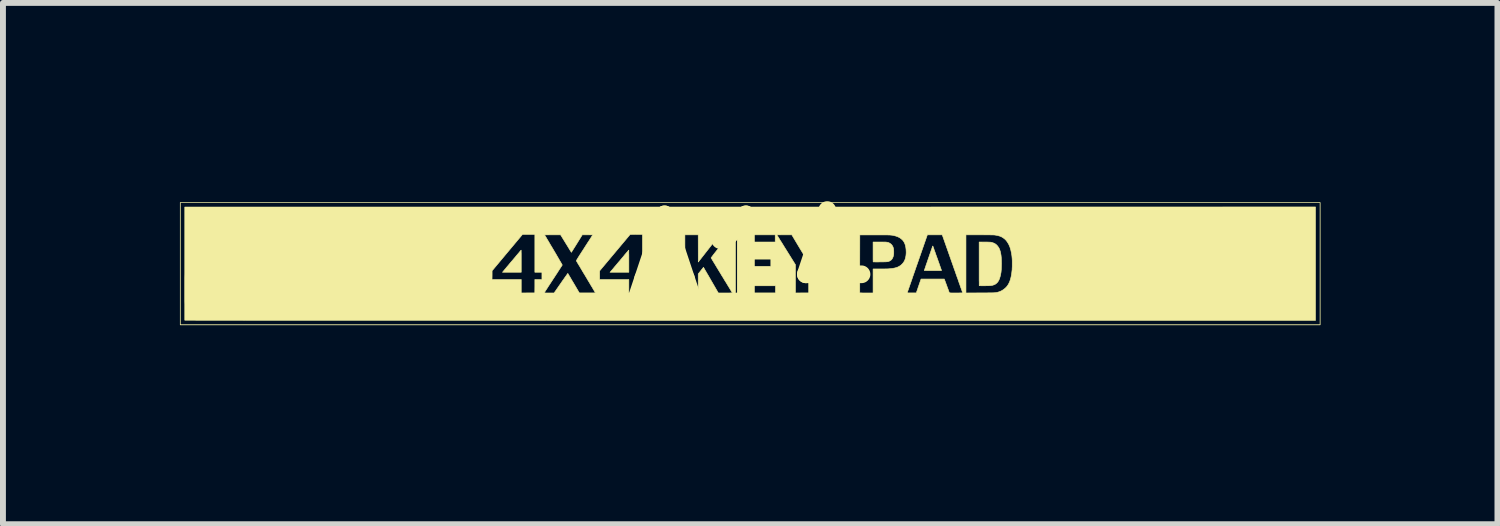
<source format=kicad_pcb>
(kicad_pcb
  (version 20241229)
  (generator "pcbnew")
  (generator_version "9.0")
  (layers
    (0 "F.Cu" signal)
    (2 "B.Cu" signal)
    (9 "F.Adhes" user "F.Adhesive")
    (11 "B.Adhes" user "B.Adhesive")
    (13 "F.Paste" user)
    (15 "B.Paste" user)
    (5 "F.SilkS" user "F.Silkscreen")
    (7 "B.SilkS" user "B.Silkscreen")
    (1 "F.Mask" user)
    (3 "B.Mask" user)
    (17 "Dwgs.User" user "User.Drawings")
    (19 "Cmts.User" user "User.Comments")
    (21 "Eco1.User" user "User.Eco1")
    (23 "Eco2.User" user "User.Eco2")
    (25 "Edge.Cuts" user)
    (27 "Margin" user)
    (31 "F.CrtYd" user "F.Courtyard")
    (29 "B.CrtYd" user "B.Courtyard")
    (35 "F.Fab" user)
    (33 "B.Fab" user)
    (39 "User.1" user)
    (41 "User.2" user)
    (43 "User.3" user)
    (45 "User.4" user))
  (footprint "A14"
    (layer "F.Cu")
    (at 9.666 1.418)
    (property "Reference" "A14" (at 0 0 0) (layer "F.SilkS") (effects (font (size 1.524 1.524) (thickness 0.3))))
    (attr through_hole)
    (fp_poly (pts (xy 9.661 1.039) (xy -9.661 1.039) (xy -9.661 -1.034) (xy -9.659 -1.034) (xy -9.659 1.036) (xy 9.659 1.036) (xy 9.659 -1.034) (xy -9.659 -1.034) (xy -9.661 -1.034) (xy -9.661 -1.036) (xy 9.661 -1.036) (xy 9.661 1.039)) (stroke (width 0.01) (type solid)) (fill yes) (layer "F.SilkS"))
    (fp_poly (pts (xy -3.882 -0.226) (xy -3.882 -0.219) (xy -3.882 -0.207) (xy -3.882 -0.192) (xy -3.881 -0.173) (xy -3.881 -0.151) (xy -3.881 -0.127) (xy -3.881 -0.1) (xy -3.881 -0.071) (xy -3.881 -0.041) (xy -3.881 0.147) (xy -4.199 0.147) (xy -4.193 0.14) (xy -4.188 0.134) (xy -4.181 0.126) (xy -4.172 0.114) (xy -4.16 0.1) (xy -4.146 0.084) (xy -4.131 0.065) (xy -4.114 0.045) (xy -4.096 0.024) (xy -4.078 0.002) (xy -4.059 -0.021) (xy -4.039 -0.044) (xy -4.019 -0.067) (xy -4 -0.09) (xy -3.981 -0.112) (xy -3.964 -0.134) (xy -3.947 -0.153) (xy -3.931 -0.172) (xy -3.917 -0.188) (xy -3.906 -0.202) (xy -3.896 -0.213) (xy -3.889 -0.222) (xy -3.884 -0.227) (xy -3.883 -0.228) (xy -3.882 -0.226)) (stroke (width 0.01) (type solid)) (fill yes) (layer "F.SilkS"))
    (fp_poly (pts (xy -2.058 -0.226) (xy -2.058 -0.219) (xy -2.058 -0.207) (xy -2.058 -0.192) (xy -2.058 -0.173) (xy -2.057 -0.151) (xy -2.057 -0.127) (xy -2.057 -0.1) (xy -2.057 -0.071) (xy -2.057 -0.041) (xy -2.057 0.147) (xy -2.376 0.147) (xy -2.37 0.142) (xy -2.368 0.139) (xy -2.363 0.132) (xy -2.355 0.123) (xy -2.344 0.11) (xy -2.331 0.095) (xy -2.316 0.077) (xy -2.299 0.056) (xy -2.28 0.034) (xy -2.26 0.01) (xy -2.239 -0.015) (xy -2.217 -0.041) (xy -2.212 -0.046) (xy -2.19 -0.073) (xy -2.169 -0.098) (xy -2.149 -0.121) (xy -2.131 -0.144) (xy -2.114 -0.164) (xy -2.099 -0.182) (xy -2.085 -0.197) (xy -2.075 -0.21) (xy -2.066 -0.219) (xy -2.061 -0.226) (xy -2.058 -0.228) (xy -2.058 -0.229) (xy -2.058 -0.226)) (stroke (width 0.01) (type solid)) (fill yes) (layer "F.SilkS"))
    (fp_poly (pts (xy 2.222 -0.366) (xy 2.246 -0.366) (xy 2.266 -0.365) (xy 2.282 -0.365) (xy 2.296 -0.365) (xy 2.306 -0.364) (xy 2.314 -0.363) (xy 2.321 -0.362) (xy 2.322 -0.362) (xy 2.348 -0.355) (xy 2.37 -0.343) (xy 2.39 -0.328) (xy 2.406 -0.309) (xy 2.419 -0.286) (xy 2.428 -0.26) (xy 2.429 -0.256) (xy 2.431 -0.244) (xy 2.432 -0.229) (xy 2.433 -0.212) (xy 2.433 -0.193) (xy 2.433 -0.175) (xy 2.432 -0.159) (xy 2.431 -0.151) (xy 2.425 -0.123) (xy 2.416 -0.099) (xy 2.405 -0.079) (xy 2.392 -0.063) (xy 2.375 -0.051) (xy 2.367 -0.046) (xy 2.359 -0.042) (xy 2.352 -0.039) (xy 2.346 -0.037) (xy 2.339 -0.035) (xy 2.331 -0.033) (xy 2.322 -0.032) (xy 2.311 -0.031) (xy 2.298 -0.03) (xy 2.281 -0.03) (xy 2.262 -0.029) (xy 2.238 -0.029) (xy 2.21 -0.029) (xy 2.203 -0.029) (xy 2.179 -0.028) (xy 2.157 -0.028) (xy 2.137 -0.028) (xy 2.119 -0.028) (xy 2.104 -0.029) (xy 2.093 -0.029) (xy 2.087 -0.029) (xy 2.084 -0.029) (xy 2.084 -0.032) (xy 2.084 -0.04) (xy 2.084 -0.051) (xy 2.083 -0.067) (xy 2.083 -0.086) (xy 2.083 -0.108) (xy 2.083 -0.132) (xy 2.083 -0.158) (xy 2.083 -0.186) (xy 2.083 -0.199) (xy 2.083 -0.366) (xy 2.193 -0.366) (xy 2.222 -0.366)) (stroke (width 0.01) (type solid)) (fill yes) (layer "F.SilkS"))
    (fp_poly (pts (xy 3.097 -0.295) (xy 3.098 -0.293) (xy 3.099 -0.29) (xy 3.102 -0.282) (xy 3.106 -0.27) (xy 3.112 -0.254) (xy 3.118 -0.235) (xy 3.126 -0.213) (xy 3.135 -0.189) (xy 3.144 -0.162) (xy 3.154 -0.134) (xy 3.165 -0.104) (xy 3.171 -0.088) (xy 3.182 -0.057) (xy 3.192 -0.028) (xy 3.202 -0.001) (xy 3.211 0.025) (xy 3.219 0.048) (xy 3.226 0.068) (xy 3.232 0.085) (xy 3.237 0.099) (xy 3.24 0.108) (xy 3.242 0.114) (xy 3.243 0.115) (xy 3.243 0.116) (xy 3.242 0.117) (xy 3.24 0.117) (xy 3.237 0.118) (xy 3.232 0.118) (xy 3.224 0.119) (xy 3.214 0.119) (xy 3.201 0.119) (xy 3.184 0.119) (xy 3.164 0.119) (xy 3.139 0.119) (xy 3.11 0.119) (xy 3.098 0.119) (xy 3.065 0.119) (xy 3.037 0.119) (xy 3.012 0.119) (xy 2.991 0.119) (xy 2.974 0.118) (xy 2.962 0.118) (xy 2.954 0.118) (xy 2.951 0.117) (xy 2.951 0.117) (xy 2.952 0.114) (xy 2.954 0.107) (xy 2.958 0.096) (xy 2.963 0.081) (xy 2.969 0.064) (xy 2.976 0.043) (xy 2.983 0.021) (xy 2.992 -0.004) (xy 3.001 -0.029) (xy 3.01 -0.056) (xy 3.019 -0.083) (xy 3.029 -0.111) (xy 3.038 -0.138) (xy 3.047 -0.164) (xy 3.056 -0.189) (xy 3.064 -0.213) (xy 3.071 -0.234) (xy 3.078 -0.253) (xy 3.083 -0.269) (xy 3.088 -0.282) (xy 3.091 -0.291) (xy 3.093 -0.296) (xy 3.093 -0.297) (xy 3.095 -0.298) (xy 3.097 -0.295)) (stroke (width 0.01) (type solid)) (fill yes) (layer "F.SilkS"))
    (fp_poly (pts (xy 3.978 -0.365) (xy 4.003 -0.365) (xy 4.023 -0.365) (xy 4.04 -0.364) (xy 4.053 -0.364) (xy 4.063 -0.363) (xy 4.072 -0.363) (xy 4.079 -0.362) (xy 4.085 -0.361) (xy 4.091 -0.36) (xy 4.097 -0.358) (xy 4.1 -0.357) (xy 4.128 -0.348) (xy 4.153 -0.335) (xy 4.175 -0.318) (xy 4.194 -0.297) (xy 4.212 -0.272) (xy 4.22 -0.257) (xy 4.23 -0.233) (xy 4.239 -0.206) (xy 4.246 -0.175) (xy 4.252 -0.14) (xy 4.256 -0.101) (xy 4.258 -0.057) (xy 4.259 -0.009) (xy 4.259 0.006) (xy 4.258 0.057) (xy 4.256 0.103) (xy 4.252 0.146) (xy 4.245 0.184) (xy 4.237 0.219) (xy 4.227 0.251) (xy 4.224 0.26) (xy 4.211 0.288) (xy 4.196 0.312) (xy 4.178 0.331) (xy 4.158 0.347) (xy 4.134 0.359) (xy 4.106 0.368) (xy 4.075 0.373) (xy 4.072 0.373) (xy 4.065 0.374) (xy 4.053 0.374) (xy 4.039 0.375) (xy 4.023 0.375) (xy 4.004 0.375) (xy 3.985 0.376) (xy 3.966 0.376) (xy 3.947 0.376) (xy 3.929 0.376) (xy 3.914 0.376) (xy 3.9 0.375) (xy 3.89 0.375) (xy 3.884 0.375) (xy 3.882 0.374) (xy 3.882 0.371) (xy 3.882 0.364) (xy 3.882 0.352) (xy 3.882 0.336) (xy 3.882 0.316) (xy 3.881 0.292) (xy 3.881 0.265) (xy 3.881 0.234) (xy 3.881 0.201) (xy 3.881 0.166) (xy 3.881 0.128) (xy 3.881 0.088) (xy 3.881 0.046) (xy 3.881 0.003) (xy 3.881 -0.366) (xy 3.978 -0.365)) (stroke (width 0.01) (type solid)) (fill yes) (layer "F.SilkS"))
    (fp_poly (pts (xy 9.582 0.963) (xy -0.000079 0.963) (xy -0.277 0.963) (xy -0.548 0.963) (xy -0.815 0.963) (xy -1.076 0.963) (xy -1.333 0.963) (xy -1.585 0.963) (xy -1.832 0.963) (xy -2.074 0.963) (xy -2.311 0.963) (xy -2.544 0.963) (xy -2.772 0.963) (xy -2.995 0.963) (xy -3.214 0.963) (xy -3.429 0.963) (xy -3.638 0.962) (xy -3.844 0.962) (xy -4.044 0.962) (xy -4.241 0.962) (xy -4.433 0.962) (xy -4.621 0.962) (xy -4.805 0.962) (xy -4.984 0.962) (xy -5.159 0.962) (xy -5.33 0.962) (xy -5.497 0.962) (xy -5.66 0.962) (xy -5.819 0.962) (xy -5.974 0.962) (xy -6.125 0.962) (xy -6.272 0.962) (xy -6.415 0.962) (xy -6.555 0.962) (xy -6.691 0.962) (xy -6.823 0.962) (xy -6.951 0.962) (xy -7.076 0.962) (xy -7.197 0.962) (xy -7.314 0.962) (xy -7.428 0.962) (xy -7.539 0.962) (xy -7.646 0.962) (xy -7.749 0.962) (xy -7.85 0.962) (xy -7.947 0.962) (xy -8.041 0.962) (xy -8.131 0.962) (xy -8.218 0.962) (xy -8.302 0.962) (xy -8.384 0.962) (xy -8.462 0.962) (xy -8.537 0.962) (xy -8.608 0.961) (xy -8.678 0.961) (xy -8.744 0.961) (xy -8.807 0.961) (xy -8.867 0.961) (xy -8.925 0.961) (xy -8.98 0.961) (xy -9.032 0.961) (xy -9.082 0.961) (xy -9.129 0.961) (xy -9.173 0.961) (xy -9.215 0.961) (xy -9.254 0.961) (xy -9.291 0.961) (xy -9.326 0.961) (xy -9.358 0.961) (xy -9.388 0.961) (xy -9.415 0.96) (xy -9.441 0.96) (xy -9.464 0.96) (xy -9.485 0.96) (xy -9.503 0.96) (xy -9.52 0.96) (xy -9.535 0.96) (xy -9.547 0.96) (xy -9.558 0.96) (xy -9.567 0.96) (xy -9.574 0.96) (xy -9.579 0.96) (xy -9.582 0.96) (xy -9.584 0.959) (xy -9.584 0.959) (xy -9.584 0.957) (xy -9.584 0.949) (xy -9.584 0.937) (xy -9.584 0.92) (xy -9.584 0.898) (xy -9.584 0.873) (xy -9.584 0.843) (xy -9.584 0.81) (xy -9.584 0.773) (xy -9.584 0.732) (xy -9.584 0.689) (xy -9.585 0.642) (xy -9.585 0.592) (xy -9.585 0.539) (xy -9.585 0.498) (xy 3.657 0.498) (xy 3.897 0.497) (xy 3.938 0.497) (xy 3.974 0.497) (xy 4.006 0.497) (xy 4.033 0.496) (xy 4.057 0.496) (xy 4.078 0.496) (xy 4.095 0.496) (xy 4.11 0.495) (xy 4.123 0.495) (xy 4.133 0.494) (xy 4.141 0.494) (xy 4.148 0.493) (xy 4.154 0.493) (xy 4.159 0.492) (xy 4.162 0.492) (xy 4.197 0.485) (xy 4.228 0.475) (xy 4.256 0.463) (xy 4.283 0.447) (xy 4.295 0.439) (xy 4.313 0.425) (xy 4.331 0.409) (xy 4.348 0.391) (xy 4.361 0.374) (xy 4.365 0.369) (xy 4.382 0.34) (xy 4.398 0.306) (xy 4.411 0.268) (xy 4.422 0.225) (xy 4.431 0.177) (xy 4.437 0.126) (xy 4.44 0.103) (xy 4.44 0.088) (xy 4.441 0.07) (xy 4.442 0.048) (xy 4.442 0.025) (xy 4.442 0.000048) (xy 4.442 -0.024) (xy 4.442 -0.048) (xy 4.441 -0.069) (xy 4.44 -0.086) (xy 4.439 -0.097) (xy 4.436 -0.13) (xy 4.431 -0.165) (xy 4.424 -0.199) (xy 4.417 -0.231) (xy 4.408 -0.261) (xy 4.4 -0.287) (xy 4.399 -0.288) (xy 4.382 -0.327) (xy 4.362 -0.36) (xy 4.341 -0.39) (xy 4.316 -0.415) (xy 4.289 -0.436) (xy 4.259 -0.454) (xy 4.226 -0.467) (xy 4.189 -0.477) (xy 4.148 -0.484) (xy 4.14 -0.485) (xy 4.133 -0.485) (xy 4.122 -0.486) (xy 4.107 -0.486) (xy 4.087 -0.486) (xy 4.064 -0.487) (xy 4.037 -0.487) (xy 4.008 -0.487) (xy 3.976 -0.487) (xy 3.942 -0.488) (xy 3.906 -0.488) (xy 3.886 -0.488) (xy 3.657 -0.488) (xy 3.657 0.498) (xy -9.585 0.498) (xy -9.585 0.483) (xy -9.585 0.426) (xy -9.585 0.365) (xy -9.585 0.303) (xy -9.585 0.269) (xy -4.376 0.269) (xy -3.881 0.269) (xy -3.881 0.498) (xy -3.766 0.497) (xy -3.651 0.497) (xy -3.651 0.496) (xy -3.492 0.496) (xy -3.49 0.497) (xy -3.483 0.497) (xy -3.472 0.497) (xy -3.458 0.498) (xy -3.441 0.498) (xy -3.422 0.498) (xy -3.408 0.498) (xy -3.325 0.498) (xy -3.315 0.484) (xy -3.312 0.48) (xy -3.306 0.472) (xy -3.298 0.461) (xy -3.288 0.446) (xy -3.276 0.429) (xy -3.262 0.409) (xy -3.247 0.387) (xy -3.231 0.364) (xy -3.214 0.34) (xy -3.199 0.318) (xy -3.182 0.293) (xy -3.165 0.27) (xy -3.15 0.248) (xy -3.136 0.228) (xy -3.123 0.21) (xy -3.112 0.195) (xy -3.104 0.183) (xy -3.097 0.174) (xy -3.093 0.168) (xy -3.091 0.166) (xy -3.09 0.169) (xy -3.086 0.175) (xy -3.08 0.185) (xy -3.072 0.199) (xy -3.062 0.215) (xy -3.051 0.234) (xy -3.038 0.256) (xy -3.025 0.279) (xy -3.01 0.304) (xy -2.994 0.33) (xy -2.993 0.332) (xy -2.896 0.497) (xy -2.76 0.497) (xy -2.73 0.497) (xy -2.704 0.497) (xy -2.683 0.497) (xy -2.666 0.497) (xy -2.652 0.497) (xy -2.642 0.497) (xy -2.634 0.497) (xy -2.629 0.496) (xy -2.626 0.496) (xy -2.625 0.495) (xy -2.624 0.494) (xy -2.626 0.492) (xy -2.63 0.485) (xy -2.636 0.474) (xy -2.644 0.46) (xy -2.655 0.443) (xy -2.667 0.422) (xy -2.68 0.399) (xy -2.696 0.374) (xy -2.712 0.346) (xy -2.73 0.316) (xy -2.749 0.285) (xy -2.758 0.269) (xy -2.552 0.269) (xy -2.057 0.269) (xy -2.057 0.498) (xy -1.826 0.498) (xy -1.826 0.269) (xy -1.707 0.269) (xy -1.707 0.147) (xy -1.826 0.147) (xy -1.826 -0.488) (xy -1.107 -0.488) (xy -1.107 0.003) (xy -1.107 0.053) (xy -1.107 0.101) (xy -1.107 0.148) (xy -1.107 0.193) (xy -1.107 0.235) (xy -1.107 0.276) (xy -1.107 0.313) (xy -1.107 0.348) (xy -1.107 0.38) (xy -1.107 0.409) (xy -1.106 0.433) (xy -1.106 0.455) (xy -1.106 0.472) (xy -1.106 0.484) (xy -1.106 0.493) (xy -1.106 0.496) (xy -1.106 0.496) (xy -1.103 0.496) (xy -1.095 0.497) (xy -1.084 0.497) (xy -1.069 0.497) (xy -1.051 0.498) (xy -1.031 0.498) (xy -1.009 0.498) (xy -0.993 0.498) (xy -0.881 0.498) (xy -0.881 0.175) (xy -0.792 0.063) (xy -0.784 0.077) (xy -0.781 0.081) (xy -0.777 0.089) (xy -0.77 0.101) (xy -0.761 0.117) (xy -0.75 0.135) (xy -0.738 0.156) (xy -0.724 0.18) (xy -0.709 0.205) (xy -0.693 0.233) (xy -0.677 0.261) (xy -0.66 0.291) (xy -0.658 0.294) (xy -0.54 0.498) (xy -0.421 0.498) (xy -0.397 0.498) (xy -0.375 0.498) (xy -0.354 0.498) (xy -0.337 0.497) (xy -0.322 0.497) (xy -0.311 0.497) (xy -0.304 0.497) (xy -0.302 0.497) (xy -0.304 0.495) (xy -0.307 0.488) (xy -0.313 0.478) (xy -0.322 0.464) (xy -0.332 0.447) (xy -0.344 0.427) (xy -0.358 0.404) (xy -0.374 0.378) (xy -0.391 0.35) (xy -0.409 0.32) (xy -0.429 0.289) (xy -0.449 0.255) (xy -0.47 0.22) (xy -0.482 0.202) (xy -0.503 0.166) (xy -0.524 0.132) (xy -0.544 0.099) (xy -0.563 0.068) (xy -0.581 0.038) (xy -0.597 0.011) (xy -0.612 -0.013) (xy -0.625 -0.035) (xy -0.637 -0.054) (xy -0.646 -0.07) (xy -0.654 -0.083) (xy -0.659 -0.091) (xy -0.662 -0.096) (xy -0.662 -0.097) (xy -0.661 -0.1) (xy -0.656 -0.107) (xy -0.648 -0.117) (xy -0.637 -0.132) (xy -0.623 -0.151) (xy -0.606 -0.173) (xy -0.585 -0.199) (xy -0.561 -0.23) (xy -0.534 -0.264) (xy -0.514 -0.29) (xy -0.492 -0.317) (xy -0.472 -0.343) (xy -0.452 -0.368) (xy -0.434 -0.391) (xy -0.417 -0.412) (xy -0.402 -0.431) (xy -0.389 -0.447) (xy -0.378 -0.461) (xy -0.37 -0.472) (xy -0.364 -0.479) (xy -0.361 -0.483) (xy -0.361 -0.483) (xy -0.36 -0.484) (xy -0.361 -0.485) (xy -0.362 -0.486) (xy -0.366 -0.487) (xy -0.372 -0.487) (xy -0.381 -0.487) (xy -0.393 -0.488) (xy -0.409 -0.488) (xy -0.429 -0.488) (xy -0.439 -0.488) (xy -0.249 -0.488) (xy -0.249 0.498) (xy 0.09 0.497) (xy 0.428 0.497) (xy 0.429 0.436) (xy 0.429 0.376) (xy -0.023 0.376) (xy -0.023 0.046) (xy 0.35 0.046) (xy 0.35 -0.076) (xy -0.023 -0.076) (xy -0.023 -0.366) (xy 0.424 -0.366) (xy 0.424 -0.487) (xy 0.452 -0.487) (xy 0.453 -0.484) (xy 0.457 -0.478) (xy 0.463 -0.468) (xy 0.472 -0.455) (xy 0.482 -0.438) (xy 0.495 -0.418) (xy 0.508 -0.395) (xy 0.524 -0.371) (xy 0.541 -0.344) (xy 0.559 -0.315) (xy 0.578 -0.284) (xy 0.598 -0.252) (xy 0.61 -0.233) (xy 0.767 0.019) (xy 0.767 0.498) (xy 0.879 0.497) (xy 0.992 0.497) (xy 0.992 0.256) (xy 0.992 0.234) (xy 1.857 0.234) (xy 1.857 0.274) (xy 1.857 0.312) (xy 1.857 0.347) (xy 1.857 0.379) (xy 1.857 0.407) (xy 1.857 0.432) (xy 1.857 0.453) (xy 1.857 0.47) (xy 1.857 0.483) (xy 1.858 0.491) (xy 1.858 0.495) (xy 1.858 0.495) (xy 1.859 0.495) (xy 1.863 0.496) (xy 1.869 0.497) (xy 1.879 0.497) (xy 1.891 0.497) (xy 1.908 0.498) (xy 1.929 0.498) (xy 1.954 0.498) (xy 1.971 0.498) (xy 2.083 0.498) (xy 2.083 0.494) (xy 2.662 0.494) (xy 2.663 0.495) (xy 2.665 0.496) (xy 2.669 0.497) (xy 2.675 0.497) (xy 2.684 0.497) (xy 2.697 0.497) (xy 2.713 0.497) (xy 2.734 0.497) (xy 2.738 0.497) (xy 2.815 0.497) (xy 2.822 0.477) (xy 2.824 0.471) (xy 2.828 0.46) (xy 2.833 0.446) (xy 2.839 0.429) (xy 2.845 0.409) (xy 2.853 0.388) (xy 2.86 0.366) (xy 2.862 0.36) (xy 2.896 0.262) (xy 3.29 0.262) (xy 3.332 0.375) (xy 3.34 0.398) (xy 3.348 0.42) (xy 3.356 0.44) (xy 3.362 0.457) (xy 3.367 0.472) (xy 3.372 0.483) (xy 3.374 0.49) (xy 3.376 0.493) (xy 3.377 0.494) (xy 3.378 0.495) (xy 3.381 0.496) (xy 3.385 0.497) (xy 3.392 0.497) (xy 3.401 0.497) (xy 3.413 0.498) (xy 3.429 0.498) (xy 3.448 0.498) (xy 3.472 0.498) (xy 3.49 0.498) (xy 3.513 0.498) (xy 3.535 0.498) (xy 3.554 0.497) (xy 3.571 0.497) (xy 3.584 0.497) (xy 3.594 0.497) (xy 3.6 0.496) (xy 3.601 0.496) (xy 3.601 0.493) (xy 3.598 0.486) (xy 3.594 0.475) (xy 3.589 0.459) (xy 3.582 0.44) (xy 3.574 0.417) (xy 3.564 0.39) (xy 3.554 0.36) (xy 3.542 0.328) (xy 3.53 0.292) (xy 3.517 0.254) (xy 3.502 0.214) (xy 3.487 0.171) (xy 3.472 0.127) (xy 3.455 0.081) (xy 3.439 0.034) (xy 3.428 0.003) (xy 3.255 -0.488) (xy 3.129 -0.488) (xy 3.003 -0.488) (xy 2.833 0.000326) (xy 2.816 0.048) (xy 2.8 0.095) (xy 2.784 0.141) (xy 2.769 0.184) (xy 2.754 0.226) (xy 2.741 0.266) (xy 2.728 0.303) (xy 2.716 0.337) (xy 2.705 0.369) (xy 2.695 0.398) (xy 2.686 0.423) (xy 2.679 0.445) (xy 2.672 0.463) (xy 2.668 0.477) (xy 2.664 0.487) (xy 2.662 0.492) (xy 2.662 0.493) (xy 2.662 0.494) (xy 2.083 0.494) (xy 2.083 0.091) (xy 2.192 0.091) (xy 2.231 0.091) (xy 2.264 0.091) (xy 2.294 0.09) (xy 2.32 0.09) (xy 2.343 0.089) (xy 2.364 0.087) (xy 2.383 0.085) (xy 2.401 0.083) (xy 2.418 0.081) (xy 2.422 0.08) (xy 2.453 0.074) (xy 2.479 0.067) (xy 2.503 0.058) (xy 2.524 0.047) (xy 2.545 0.034) (xy 2.557 0.025) (xy 2.579 0.004) (xy 2.598 -0.019) (xy 2.614 -0.045) (xy 2.626 -0.074) (xy 2.635 -0.106) (xy 2.641 -0.142) (xy 2.644 -0.181) (xy 2.644 -0.197) (xy 2.642 -0.24) (xy 2.637 -0.279) (xy 2.629 -0.314) (xy 2.618 -0.345) (xy 2.603 -0.373) (xy 2.584 -0.398) (xy 2.561 -0.419) (xy 2.535 -0.438) (xy 2.505 -0.453) (xy 2.471 -0.466) (xy 2.447 -0.472) (xy 2.438 -0.475) (xy 2.43 -0.476) (xy 2.422 -0.478) (xy 2.414 -0.48) (xy 2.405 -0.481) (xy 2.396 -0.482) (xy 2.386 -0.483) (xy 2.374 -0.484) (xy 2.361 -0.485) (xy 2.345 -0.485) (xy 2.327 -0.486) (xy 2.307 -0.486) (xy 2.283 -0.486) (xy 2.256 -0.486) (xy 2.225 -0.486) (xy 2.19 -0.486) (xy 2.151 -0.486) (xy 2.112 -0.486) (xy 1.858 -0.486) (xy 1.857 0.003) (xy 1.857 0.052) (xy 1.857 0.1) (xy 1.857 0.147) (xy 1.857 0.191) (xy 1.857 0.234) (xy 0.992 0.234) (xy 0.993 0.015) (xy 1.148 -0.235) (xy 1.168 -0.267) (xy 1.187 -0.299) (xy 1.206 -0.328) (xy 1.223 -0.356) (xy 1.239 -0.383) (xy 1.254 -0.406) (xy 1.267 -0.428) (xy 1.278 -0.446) (xy 1.288 -0.461) (xy 1.295 -0.473) (xy 1.3 -0.481) (xy 1.303 -0.486) (xy 1.303 -0.486) (xy 1.3 -0.487) (xy 1.294 -0.487) (xy 1.283 -0.487) (xy 1.269 -0.487) (xy 1.253 -0.488) (xy 1.234 -0.488) (xy 1.23 -0.488) (xy 1.157 -0.488) (xy 1.045 -0.301) (xy 1.029 -0.273) (xy 1.012 -0.246) (xy 0.997 -0.22) (xy 0.983 -0.197) (xy 0.97 -0.176) (xy 0.959 -0.157) (xy 0.949 -0.141) (xy 0.942 -0.129) (xy 0.936 -0.12) (xy 0.933 -0.114) (xy 0.932 -0.113) (xy 0.93 -0.115) (xy 0.926 -0.121) (xy 0.92 -0.13) (xy 0.912 -0.144) (xy 0.902 -0.16) (xy 0.89 -0.179) (xy 0.877 -0.201) (xy 0.863 -0.224) (xy 0.847 -0.25) (xy 0.831 -0.277) (xy 0.817 -0.3) (xy 0.705 -0.488) (xy 0.578 -0.488) (xy 0.554 -0.488) (xy 0.53 -0.488) (xy 0.509 -0.487) (xy 0.491 -0.487) (xy 0.475 -0.487) (xy 0.463 -0.487) (xy 0.456 -0.487) (xy 0.452 -0.487) (xy 0.452 -0.487) (xy 0.424 -0.487) (xy 0.424 -0.488) (xy -0.249 -0.488) (xy -0.439 -0.488) (xy -0.52 -0.488) (xy -0.7 -0.257) (xy -0.88 -0.027) (xy -0.881 -0.488) (xy -1.107 -0.488) (xy -1.826 -0.488) (xy -1.826 -0.495) (xy -1.931 -0.495) (xy -2.035 -0.494) (xy -2.294 -0.185) (xy -2.552 0.123) (xy -2.552 0.196) (xy -2.552 0.269) (xy -2.758 0.269) (xy -2.768 0.252) (xy -2.785 0.224) (xy -2.805 0.19) (xy -2.825 0.158) (xy -2.843 0.127) (xy -2.861 0.097) (xy -2.877 0.07) (xy -2.892 0.044) (xy -2.906 0.022) (xy -2.918 0.002) (xy -2.928 -0.015) (xy -2.936 -0.029) (xy -2.942 -0.039) (xy -2.946 -0.045) (xy -2.947 -0.047) (xy -2.947 -0.049) (xy -2.946 -0.051) (xy -2.944 -0.055) (xy -2.941 -0.06) (xy -2.937 -0.067) (xy -2.932 -0.076) (xy -2.925 -0.088) (xy -2.916 -0.102) (xy -2.906 -0.118) (xy -2.894 -0.138) (xy -2.879 -0.16) (xy -2.862 -0.187) (xy -2.843 -0.216) (xy -2.821 -0.25) (xy -2.809 -0.269) (xy -2.79 -0.299) (xy -2.771 -0.328) (xy -2.754 -0.355) (xy -2.737 -0.38) (xy -2.722 -0.404) (xy -2.708 -0.425) (xy -2.697 -0.443) (xy -2.687 -0.459) (xy -2.679 -0.471) (xy -2.673 -0.48) (xy -2.67 -0.485) (xy -2.669 -0.486) (xy -2.672 -0.487) (xy -2.679 -0.487) (xy -2.69 -0.487) (xy -2.704 -0.487) (xy -2.721 -0.487) (xy -2.74 -0.488) (xy -2.758 -0.488) (xy -2.846 -0.488) (xy -2.938 -0.339) (xy -3.031 -0.191) (xy -3.036 -0.199) (xy -3.038 -0.203) (xy -3.043 -0.21) (xy -3.05 -0.221) (xy -3.059 -0.235) (xy -3.069 -0.252) (xy -3.081 -0.272) (xy -3.094 -0.293) (xy -3.108 -0.316) (xy -3.123 -0.34) (xy -3.128 -0.348) (xy -3.214 -0.488) (xy -3.349 -0.488) (xy -3.375 -0.488) (xy -3.399 -0.488) (xy -3.421 -0.487) (xy -3.441 -0.487) (xy -3.457 -0.487) (xy -3.47 -0.487) (xy -3.479 -0.487) (xy -3.484 -0.487) (xy -3.485 -0.487) (xy -3.483 -0.484) (xy -3.48 -0.478) (xy -3.474 -0.468) (xy -3.466 -0.454) (xy -3.455 -0.437) (xy -3.444 -0.417) (xy -3.43 -0.394) (xy -3.415 -0.369) (xy -3.399 -0.341) (xy -3.382 -0.312) (xy -3.363 -0.281) (xy -3.344 -0.249) (xy -3.334 -0.232) (xy -3.311 -0.193) (xy -3.289 -0.156) (xy -3.27 -0.123) (xy -3.252 -0.092) (xy -3.236 -0.064) (xy -3.222 -0.04) (xy -3.21 -0.02) (xy -3.2 -0.003) (xy -3.193 0.01) (xy -3.188 0.019) (xy -3.186 0.024) (xy -3.186 0.025) (xy -3.187 0.027) (xy -3.192 0.034) (xy -3.198 0.044) (xy -3.207 0.058) (xy -3.218 0.075) (xy -3.231 0.094) (xy -3.245 0.116) (xy -3.261 0.141) (xy -3.278 0.168) (xy -3.297 0.196) (xy -3.316 0.226) (xy -3.337 0.257) (xy -3.34 0.262) (xy -3.36 0.293) (xy -3.38 0.323) (xy -3.398 0.351) (xy -3.416 0.378) (xy -3.432 0.403) (xy -3.446 0.425) (xy -3.459 0.445) (xy -3.47 0.462) (xy -3.479 0.476) (xy -3.486 0.486) (xy -3.49 0.493) (xy -3.492 0.496) (xy -3.492 0.496) (xy -3.651 0.496) (xy -3.65 0.383) (xy -3.65 0.269) (xy -3.53 0.269) (xy -3.53 0.147) (xy -3.65 0.147) (xy -3.65 -0.495) (xy -3.754 -0.495) (xy -3.859 -0.495) (xy -4.117 -0.187) (xy -4.375 0.122) (xy -4.375 0.196) (xy -4.376 0.269) (xy -9.585 0.269) (xy -9.585 0.239) (xy -9.584 0.173) (xy -9.584 0.106) (xy -9.584 0.037) (xy -9.584 -0.001) (xy -9.584 -0.959) (xy -0.001 -0.959) (xy 9.582 -0.96) (xy 9.582 0.963)) (stroke (width 0.01) (type solid)) (fill yes) (layer "F.SilkS")))
  (gr_rect
    (start -3 -3)
    (end 22.332 5.836)
    (stroke (width 0.1) (type default))
    (fill no)
    (layer "Edge.Cuts")))
</source>
